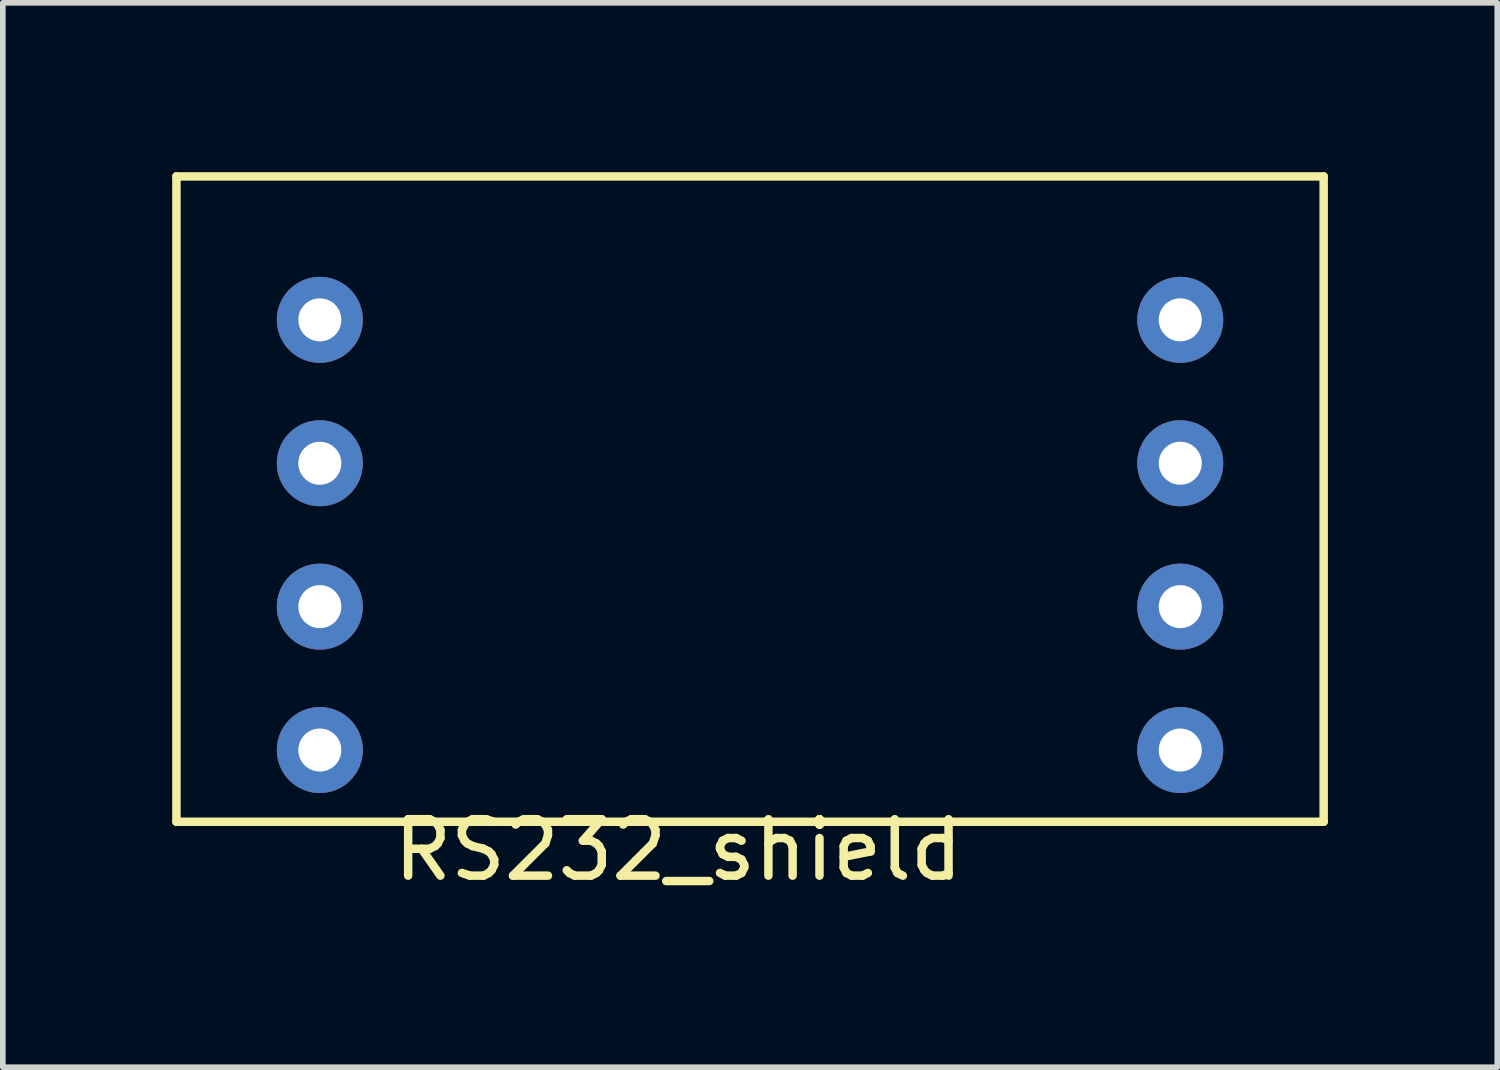
<source format=kicad_pcb>
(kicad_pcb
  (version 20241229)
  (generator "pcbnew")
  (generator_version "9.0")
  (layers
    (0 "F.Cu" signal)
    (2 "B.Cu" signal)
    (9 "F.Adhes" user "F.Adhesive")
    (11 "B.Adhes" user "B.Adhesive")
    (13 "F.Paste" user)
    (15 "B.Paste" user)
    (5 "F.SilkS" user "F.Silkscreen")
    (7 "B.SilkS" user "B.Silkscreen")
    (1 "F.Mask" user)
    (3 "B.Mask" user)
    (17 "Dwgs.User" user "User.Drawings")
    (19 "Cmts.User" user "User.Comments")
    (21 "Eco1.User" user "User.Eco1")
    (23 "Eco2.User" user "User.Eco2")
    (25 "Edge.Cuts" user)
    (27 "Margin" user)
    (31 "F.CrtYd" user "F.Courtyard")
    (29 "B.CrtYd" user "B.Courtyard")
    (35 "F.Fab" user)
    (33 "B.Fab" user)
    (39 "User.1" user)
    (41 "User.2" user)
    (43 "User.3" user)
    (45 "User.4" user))
  (footprint "RS232_shield"
    (layer "F.Cu")
    (at 8.965 11.505)
    (property "Reference" "RS232_shield" (at 0 0.5 0) (layer "F.SilkS") (effects (font (size 1 1) (thickness 0.15))))
    (attr through_hole)
    (fp_line (start -8.89 -11.43) (end 11.43 -11.43) (stroke (width 0.15) (type solid)) (layer "F.SilkS"))
    (fp_line (start -8.89 0) (end -8.89 -11.43) (stroke (width 0.15) (type solid)) (layer "F.SilkS"))
    (fp_line (start 11.43 -11.43) (end 11.43 0) (stroke (width 0.15) (type solid)) (layer "F.SilkS"))
    (fp_line (start 11.43 0) (end -8.89 0) (stroke (width 0.15) (type solid)) (layer "F.SilkS"))
    (pad "1" thru_hole circle (at -6.35 -8.89) (size 1.524 1.524) (drill 0.762) (layers "*.Cu" "*.Mask"))
    (pad "2" thru_hole circle (at -6.35 -6.35) (size 1.524 1.524) (drill 0.762) (layers "*.Cu" "*.Mask"))
    (pad "3" thru_hole circle (at -6.35 -3.81) (size 1.524 1.524) (drill 0.762) (layers "*.Cu" "*.Mask"))
    (pad "4" thru_hole circle (at -6.35 -1.27) (size 1.524 1.524) (drill 0.762) (layers "*.Cu" "*.Mask"))
    (pad "5" thru_hole circle (at 8.89 -1.27) (size 1.524 1.524) (drill 0.762) (layers "*.Cu" "*.Mask"))
    (pad "6" thru_hole circle (at 8.89 -3.81) (size 1.524 1.524) (drill 0.762) (layers "*.Cu" "*.Mask"))
    (pad "7" thru_hole circle (at 8.89 -6.35) (size 1.524 1.524) (drill 0.762) (layers "*.Cu" "*.Mask"))
    (pad "8" thru_hole circle (at 8.89 -8.89) (size 1.524 1.524) (drill 0.762) (layers "*.Cu" "*.Mask")))
  (gr_rect
    (start -3 -3)
    (end 23.47 15.853)
    (stroke (width 0.1) (type default))
    (fill no)
    (layer "Edge.Cuts")))
</source>
